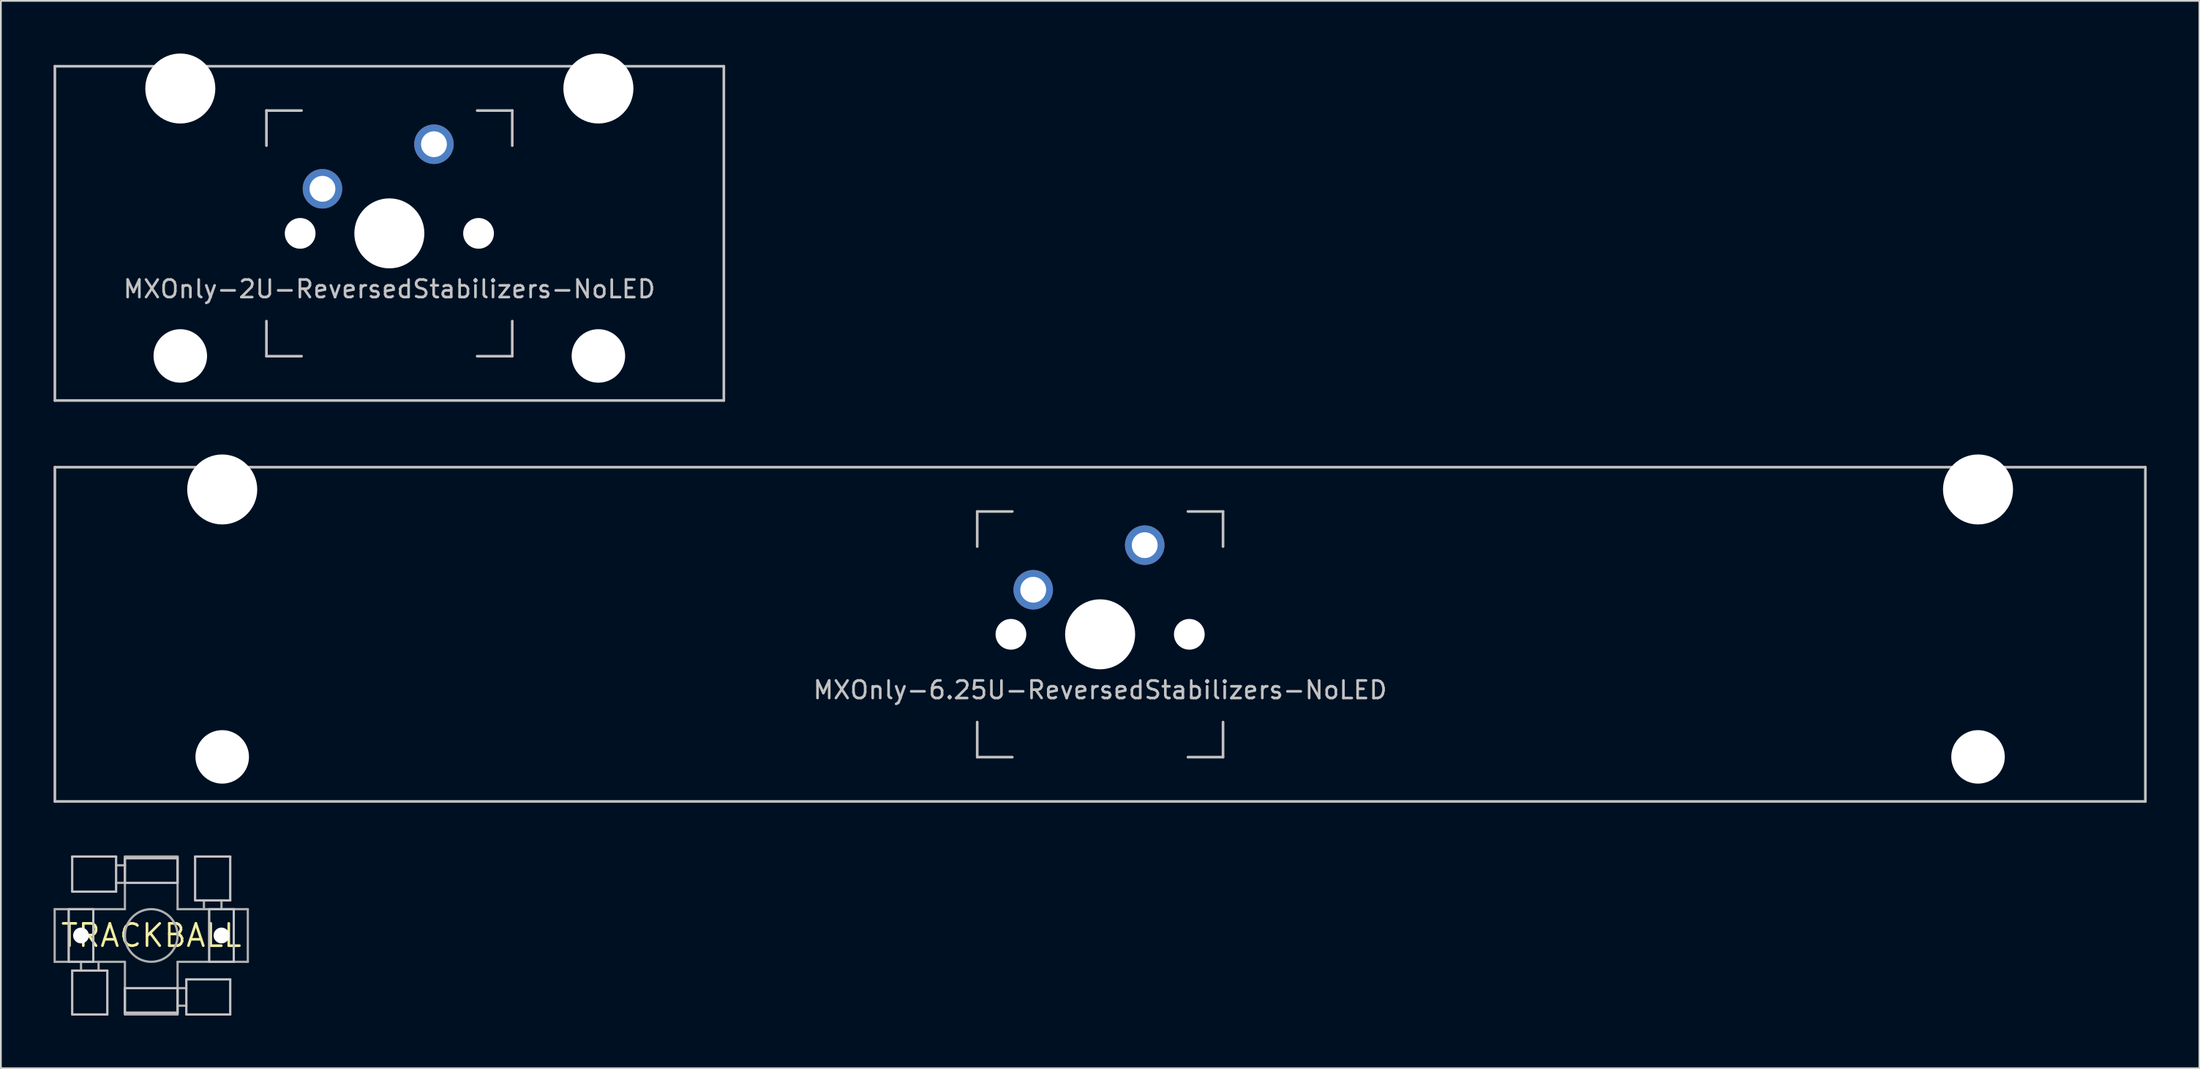
<source format=kicad_pcb>
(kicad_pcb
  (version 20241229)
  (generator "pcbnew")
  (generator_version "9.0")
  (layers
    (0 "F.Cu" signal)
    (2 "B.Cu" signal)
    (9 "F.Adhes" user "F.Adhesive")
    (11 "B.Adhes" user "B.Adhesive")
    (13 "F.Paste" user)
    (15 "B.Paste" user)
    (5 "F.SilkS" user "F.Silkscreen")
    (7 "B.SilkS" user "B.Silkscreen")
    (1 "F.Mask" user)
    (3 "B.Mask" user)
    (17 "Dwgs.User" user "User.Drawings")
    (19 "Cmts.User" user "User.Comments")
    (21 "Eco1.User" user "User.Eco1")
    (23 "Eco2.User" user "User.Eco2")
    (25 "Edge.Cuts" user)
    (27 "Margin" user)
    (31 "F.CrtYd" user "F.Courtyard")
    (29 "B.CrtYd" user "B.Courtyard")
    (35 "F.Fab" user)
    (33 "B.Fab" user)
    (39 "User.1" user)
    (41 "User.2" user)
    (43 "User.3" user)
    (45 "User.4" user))
  (footprint "TRACKBALL"
    (layer "F.Cu")
    (at 5.564 50.261)
    (property "Reference" "TRACKBALL" (at 0 0 0) (layer "F.SilkS") (effects (font (size 1.27 1.27) (thickness 0.15))))
    (attr through_hole)
    (fp_line (start -4.7 -1.5) (end -3.3 -1.5) (stroke (width 0.127) (type solid)) (layer "Dwgs.User"))
    (fp_line (start -4.7 1.5) (end -4.7 -1.5) (stroke (width 0.127) (type solid)) (layer "Dwgs.User"))
    (fp_line (start -4.5 -4.5) (end -2 -4.5) (stroke (width 0.127) (type solid)) (layer "Dwgs.User"))
    (fp_line (start -4.5 -2.5) (end -4.5 -4.5) (stroke (width 0.127) (type solid)) (layer "Dwgs.User"))
    (fp_line (start -4.5 2) (end -2.5 2) (stroke (width 0.127) (type solid)) (layer "Dwgs.User"))
    (fp_line (start -4.5 4.5) (end -4.5 2) (stroke (width 0.127) (type solid)) (layer "Dwgs.User"))
    (fp_line (start -3.3 -1.5) (end -3.3 1.5) (stroke (width 0.127) (type solid)) (layer "Dwgs.User"))
    (fp_line (start -3.3 1.5) (end -4.7 1.5) (stroke (width 0.127) (type solid)) (layer "Dwgs.User"))
    (fp_line (start -2.5 2) (end -2.5 4.5) (stroke (width 0.127) (type solid)) (layer "Dwgs.User"))
    (fp_line (start -2.5 4.5) (end -4.5 4.5) (stroke (width 0.127) (type solid)) (layer "Dwgs.User"))
    (fp_line (start -2 -4.5) (end -2 -2.5) (stroke (width 0.127) (type solid)) (layer "Dwgs.User"))
    (fp_line (start -2 -2.5) (end -4.5 -2.5) (stroke (width 0.127) (type solid)) (layer "Dwgs.User"))
    (fp_line (start -1.5 -4.4) (end 1.5 -4.4) (stroke (width 0.127) (type solid)) (layer "Dwgs.User"))
    (fp_line (start -1.5 -3) (end -1.5 -4.4) (stroke (width 0.127) (type solid)) (layer "Dwgs.User"))
    (fp_line (start -1.5 3) (end 1.5 3) (stroke (width 0.127) (type solid)) (layer "Dwgs.User"))
    (fp_line (start -1.5 4.4) (end -1.5 3) (stroke (width 0.127) (type solid)) (layer "Dwgs.User"))
    (fp_line (start 1.5 -4.4) (end 1.5 -3) (stroke (width 0.127) (type solid)) (layer "Dwgs.User"))
    (fp_line (start 1.5 -3) (end -1.5 -3) (stroke (width 0.127) (type solid)) (layer "Dwgs.User"))
    (fp_line (start 1.5 3) (end 1.5 4.4) (stroke (width 0.127) (type solid)) (layer "Dwgs.User"))
    (fp_line (start 1.5 4.4) (end -1.5 4.4) (stroke (width 0.127) (type solid)) (layer "Dwgs.User"))
    (fp_line (start 2 2.5) (end 4.5 2.5) (stroke (width 0.127) (type solid)) (layer "Dwgs.User"))
    (fp_line (start 2 4.5) (end 2 2.5) (stroke (width 0.127) (type solid)) (layer "Dwgs.User"))
    (fp_line (start 2.5 -4.5) (end 4.5 -4.5) (stroke (width 0.127) (type solid)) (layer "Dwgs.User"))
    (fp_line (start 2.5 -2) (end 2.5 -4.5) (stroke (width 0.127) (type solid)) (layer "Dwgs.User"))
    (fp_line (start 3.3 -1.5) (end 4.7 -1.5) (stroke (width 0.127) (type solid)) (layer "Dwgs.User"))
    (fp_line (start 3.3 1.5) (end 3.3 -1.5) (stroke (width 0.127) (type solid)) (layer "Dwgs.User"))
    (fp_line (start 4.5 -4.5) (end 4.5 -2) (stroke (width 0.127) (type solid)) (layer "Dwgs.User"))
    (fp_line (start 4.5 -2) (end 2.5 -2) (stroke (width 0.127) (type solid)) (layer "Dwgs.User"))
    (fp_line (start 4.5 2.5) (end 4.5 4.5) (stroke (width 0.127) (type solid)) (layer "Dwgs.User"))
    (fp_line (start 4.5 4.5) (end 2 4.5) (stroke (width 0.127) (type solid)) (layer "Dwgs.User"))
    (fp_line (start 4.7 -1.5) (end 4.7 1.5) (stroke (width 0.127) (type solid)) (layer "Dwgs.User"))
    (fp_line (start 4.7 1.5) (end 3.3 1.5) (stroke (width 0.127) (type solid)) (layer "Dwgs.User"))
    (fp_poly (pts (xy -4.7 1.5) (xy -3.3 1.5) (xy -3.3 -1.5) (xy -4.7 -1.5)) (stroke (width 0.1) (type solid)) (fill no) (layer "Dwgs.User"))
    (fp_poly (pts (xy -4.5 -2.5) (xy -2 -2.5) (xy -2 -4.5) (xy -4.5 -4.5)) (stroke (width 0.1) (type solid)) (fill no) (layer "Dwgs.User"))
    (fp_poly (pts (xy -4.5 4.5) (xy -2.5 4.5) (xy -2.5 2) (xy -4.5 2)) (stroke (width 0.1) (type solid)) (fill no) (layer "Dwgs.User"))
    (fp_poly (pts (xy -1.5 -3) (xy 1.5 -3) (xy 1.5 -4.4) (xy -1.5 -4.4)) (stroke (width 0.1) (type solid)) (fill no) (layer "Dwgs.User"))
    (fp_poly (pts (xy -1.5 4.4) (xy 1.5 4.4) (xy 1.5 3) (xy -1.5 3)) (stroke (width 0.1) (type solid)) (fill no) (layer "Dwgs.User"))
    (fp_poly (pts (xy 2 4.5) (xy 4.5 4.5) (xy 4.5 2.5) (xy 2 2.5)) (stroke (width 0.1) (type solid)) (fill no) (layer "Dwgs.User"))
    (fp_poly (pts (xy 2.5 -2) (xy 4.5 -2) (xy 4.5 -4.5) (xy 2.5 -4.5)) (stroke (width 0.1) (type solid)) (fill no) (layer "Dwgs.User"))
    (fp_poly (pts (xy 3.3 1.5) (xy 4.7 1.5) (xy 4.7 -1.5) (xy 3.3 -1.5)) (stroke (width 0.1) (type solid)) (fill no) (layer "Dwgs.User"))
    (fp_line (start -5.5 -1.5) (end -5.5 1.5) (stroke (width 0.127) (type solid)) (layer "F.Fab"))
    (fp_line (start -5.5 1.5) (end -4 1.5) (stroke (width 0.127) (type solid)) (layer "F.Fab"))
    (fp_line (start -4 1.5) (end -4 2) (stroke (width 0.127) (type solid)) (layer "F.Fab"))
    (fp_line (start -4 1.5) (end -3 1.5) (stroke (width 0.127) (type solid)) (layer "F.Fab"))
    (fp_line (start -3 1.5) (end -3 2) (stroke (width 0.127) (type solid)) (layer "F.Fab"))
    (fp_line (start -3 1.5) (end -1.5 1.5) (stroke (width 0.127) (type solid)) (layer "F.Fab"))
    (fp_line (start -2 -4) (end -1.5 -4) (stroke (width 0.127) (type solid)) (layer "F.Fab"))
    (fp_line (start -1.5 -4.5) (end 1.5 -4.5) (stroke (width 0.127) (type solid)) (layer "F.Fab"))
    (fp_line (start -1.5 -4) (end -1.5 -4.5) (stroke (width 0.127) (type solid)) (layer "F.Fab"))
    (fp_line (start -1.5 -3) (end -2 -3) (stroke (width 0.127) (type solid)) (layer "F.Fab"))
    (fp_line (start -1.5 -3) (end -1.5 -4) (stroke (width 0.127) (type solid)) (layer "F.Fab"))
    (fp_line (start -1.5 -1.5) (end -5.5 -1.5) (stroke (width 0.127) (type solid)) (layer "F.Fab"))
    (fp_line (start -1.5 -1.5) (end -1.5 -3) (stroke (width 0.127) (type solid)) (layer "F.Fab"))
    (fp_line (start -1.5 1.5) (end -1.5 4.5) (stroke (width 0.127) (type solid)) (layer "F.Fab"))
    (fp_line (start 1.5 -1.5) (end 1.5 -4.5) (stroke (width 0.127) (type solid)) (layer "F.Fab"))
    (fp_line (start 1.5 1.5) (end 1.5 3) (stroke (width 0.127) (type solid)) (layer "F.Fab"))
    (fp_line (start 1.5 3) (end 1.5 4) (stroke (width 0.127) (type solid)) (layer "F.Fab"))
    (fp_line (start 1.5 4) (end 1.5 4.5) (stroke (width 0.127) (type solid)) (layer "F.Fab"))
    (fp_line (start 1.5 4.5) (end -1.5 4.5) (stroke (width 0.127) (type solid)) (layer "F.Fab"))
    (fp_line (start 2 3) (end 1.5 3) (stroke (width 0.127) (type solid)) (layer "F.Fab"))
    (fp_line (start 2 4) (end 1.5 4) (stroke (width 0.127) (type solid)) (layer "F.Fab"))
    (fp_line (start 3 -2) (end 3 -1.5) (stroke (width 0.127) (type solid)) (layer "F.Fab"))
    (fp_line (start 3 -1.5) (end 1.5 -1.5) (stroke (width 0.127) (type solid)) (layer "F.Fab"))
    (fp_line (start 4 -2) (end 4 -1.5) (stroke (width 0.127) (type solid)) (layer "F.Fab"))
    (fp_line (start 4 -1.5) (end 3 -1.5) (stroke (width 0.127) (type solid)) (layer "F.Fab"))
    (fp_line (start 5.5 -1.5) (end 4 -1.5) (stroke (width 0.127) (type solid)) (layer "F.Fab"))
    (fp_line (start 5.5 -1.5) (end 5.5 1.5) (stroke (width 0.127) (type solid)) (layer "F.Fab"))
    (fp_line (start 5.5 1.5) (end 1.5 1.5) (stroke (width 0.127) (type solid)) (layer "F.Fab"))
    (fp_circle (center 0 0) (end 1.5 0) (stroke (width 0.127) (type solid)) (fill no) (layer "F.Fab"))
    (pad "" np_thru_hole circle (at -4 0) (size 0.9 0.9) (drill 0.9) (layers "*.Cu" "*.Mask"))
    (pad "" np_thru_hole circle (at 4 0) (size 0.9 0.9) (drill 0.9) (layers "*.Cu" "*.Mask")))
  (footprint "MXOnly-2U-ReversedStabilizers-NoLED"
    (layer "F.Cu")
    (at 19.125 10.249)
    (property "Reference" "MXOnly-2U-ReversedStabilizers-NoLED" (at 0 3.175 0) (layer "Dwgs.User") (effects (font (size 1 1) (thickness 0.15))))
    (attr through_hole)
    (fp_line (start -19.05 -9.525) (end 19.05 -9.525) (stroke (width 0.15) (type solid)) (layer "Dwgs.User"))
    (fp_line (start -19.05 9.525) (end -19.05 -9.525) (stroke (width 0.15) (type solid)) (layer "Dwgs.User"))
    (fp_line (start -19.05 9.525) (end 19.05 9.525) (stroke (width 0.15) (type solid)) (layer "Dwgs.User"))
    (fp_line (start -7 -7) (end -7 -5) (stroke (width 0.15) (type solid)) (layer "Dwgs.User"))
    (fp_line (start -7 5) (end -7 7) (stroke (width 0.15) (type solid)) (layer "Dwgs.User"))
    (fp_line (start -7 7) (end -5 7) (stroke (width 0.15) (type solid)) (layer "Dwgs.User"))
    (fp_line (start -5 -7) (end -7 -7) (stroke (width 0.15) (type solid)) (layer "Dwgs.User"))
    (fp_line (start 5 -7) (end 7 -7) (stroke (width 0.15) (type solid)) (layer "Dwgs.User"))
    (fp_line (start 5 7) (end 7 7) (stroke (width 0.15) (type solid)) (layer "Dwgs.User"))
    (fp_line (start 7 -7) (end 7 -5) (stroke (width 0.15) (type solid)) (layer "Dwgs.User"))
    (fp_line (start 7 7) (end 7 5) (stroke (width 0.15) (type solid)) (layer "Dwgs.User"))
    (fp_line (start 19.05 -9.525) (end 19.05 9.525) (stroke (width 0.15) (type solid)) (layer "Dwgs.User"))
    (pad "" np_thru_hole circle (at -11.906 -8.255) (size 3.988 3.988) (drill 3.988) (layers "*.Cu" "*.Mask"))
    (pad "" np_thru_hole circle (at -11.906 6.985) (size 3.048 3.048) (drill 3.048) (layers "*.Cu" "*.Mask"))
    (pad "" np_thru_hole circle (at -5.08 0 48.1) (size 1.75 1.75) (drill 1.75) (layers "*.Cu" "*.Mask"))
    (pad "" np_thru_hole circle (at 0 0) (size 3.988 3.988) (drill 3.988) (layers "*.Cu" "*.Mask"))
    (pad "" np_thru_hole circle (at 5.08 0 48.1) (size 1.75 1.75) (drill 1.75) (layers "*.Cu" "*.Mask"))
    (pad "" np_thru_hole circle (at 11.906 -8.255) (size 3.988 3.988) (drill 3.988) (layers "*.Cu" "*.Mask"))
    (pad "" np_thru_hole circle (at 11.906 6.985) (size 3.048 3.048) (drill 3.048) (layers "*.Cu" "*.Mask"))
    (pad "1" thru_hole circle (at -3.81 -2.54) (size 2.25 2.25) (drill 1.47) (layers "*.Cu" "*.Mask"))
    (pad "2" thru_hole circle (at 2.54 -5.08) (size 2.25 2.25) (drill 1.47) (layers "*.Cu" "*.Mask")))
  (footprint "MXOnly-6.25U-ReversedStabilizers-NoLED"
    (layer "F.Cu")
    (at 59.606 33.098)
    (property "Reference" "MXOnly-6.25U-ReversedStabilizers-NoLED" (at 0 3.175 0) (layer "Dwgs.User") (effects (font (size 1 1) (thickness 0.15))))
    (attr through_hole)
    (fp_line (start -59.531 -9.525) (end 59.531 -9.525) (stroke (width 0.15) (type solid)) (layer "Dwgs.User"))
    (fp_line (start -59.531 9.525) (end -59.531 -9.525) (stroke (width 0.15) (type solid)) (layer "Dwgs.User"))
    (fp_line (start -59.531 9.525) (end 59.531 9.525) (stroke (width 0.15) (type solid)) (layer "Dwgs.User"))
    (fp_line (start -7 -7) (end -7 -5) (stroke (width 0.15) (type solid)) (layer "Dwgs.User"))
    (fp_line (start -7 5) (end -7 7) (stroke (width 0.15) (type solid)) (layer "Dwgs.User"))
    (fp_line (start -7 7) (end -5 7) (stroke (width 0.15) (type solid)) (layer "Dwgs.User"))
    (fp_line (start -5 -7) (end -7 -7) (stroke (width 0.15) (type solid)) (layer "Dwgs.User"))
    (fp_line (start 5 -7) (end 7 -7) (stroke (width 0.15) (type solid)) (layer "Dwgs.User"))
    (fp_line (start 5 7) (end 7 7) (stroke (width 0.15) (type solid)) (layer "Dwgs.User"))
    (fp_line (start 7 -7) (end 7 -5) (stroke (width 0.15) (type solid)) (layer "Dwgs.User"))
    (fp_line (start 7 7) (end 7 5) (stroke (width 0.15) (type solid)) (layer "Dwgs.User"))
    (fp_line (start 59.531 -9.525) (end 59.531 9.525) (stroke (width 0.15) (type solid)) (layer "Dwgs.User"))
    (pad "" np_thru_hole circle (at -50 -8.255) (size 3.988 3.988) (drill 3.988) (layers "*.Cu" "*.Mask"))
    (pad "" np_thru_hole circle (at -50 6.985) (size 3.048 3.048) (drill 3.048) (layers "*.Cu" "*.Mask"))
    (pad "" np_thru_hole circle (at -5.08 0 48.1) (size 1.75 1.75) (drill 1.75) (layers "*.Cu" "*.Mask"))
    (pad "" np_thru_hole circle (at 0 0) (size 3.988 3.988) (drill 3.988) (layers "*.Cu" "*.Mask"))
    (pad "" np_thru_hole circle (at 5.08 0 48.1) (size 1.75 1.75) (drill 1.75) (layers "*.Cu" "*.Mask"))
    (pad "" np_thru_hole circle (at 50 -8.255) (size 3.988 3.988) (drill 3.988) (layers "*.Cu" "*.Mask"))
    (pad "" np_thru_hole circle (at 50 6.985) (size 3.048 3.048) (drill 3.048) (layers "*.Cu" "*.Mask"))
    (pad "1" thru_hole circle (at -3.81 -2.54) (size 2.25 2.25) (drill 1.47) (layers "*.Cu" "*.Mask"))
    (pad "2" thru_hole circle (at 2.54 -5.08) (size 2.25 2.25) (drill 1.47) (layers "*.Cu" "*.Mask")))
  (gr_rect
    (start -3 -3)
    (end 122.213 57.825)
    (stroke (width 0.1) (type default))
    (fill no)
    (layer "Edge.Cuts")))
</source>
